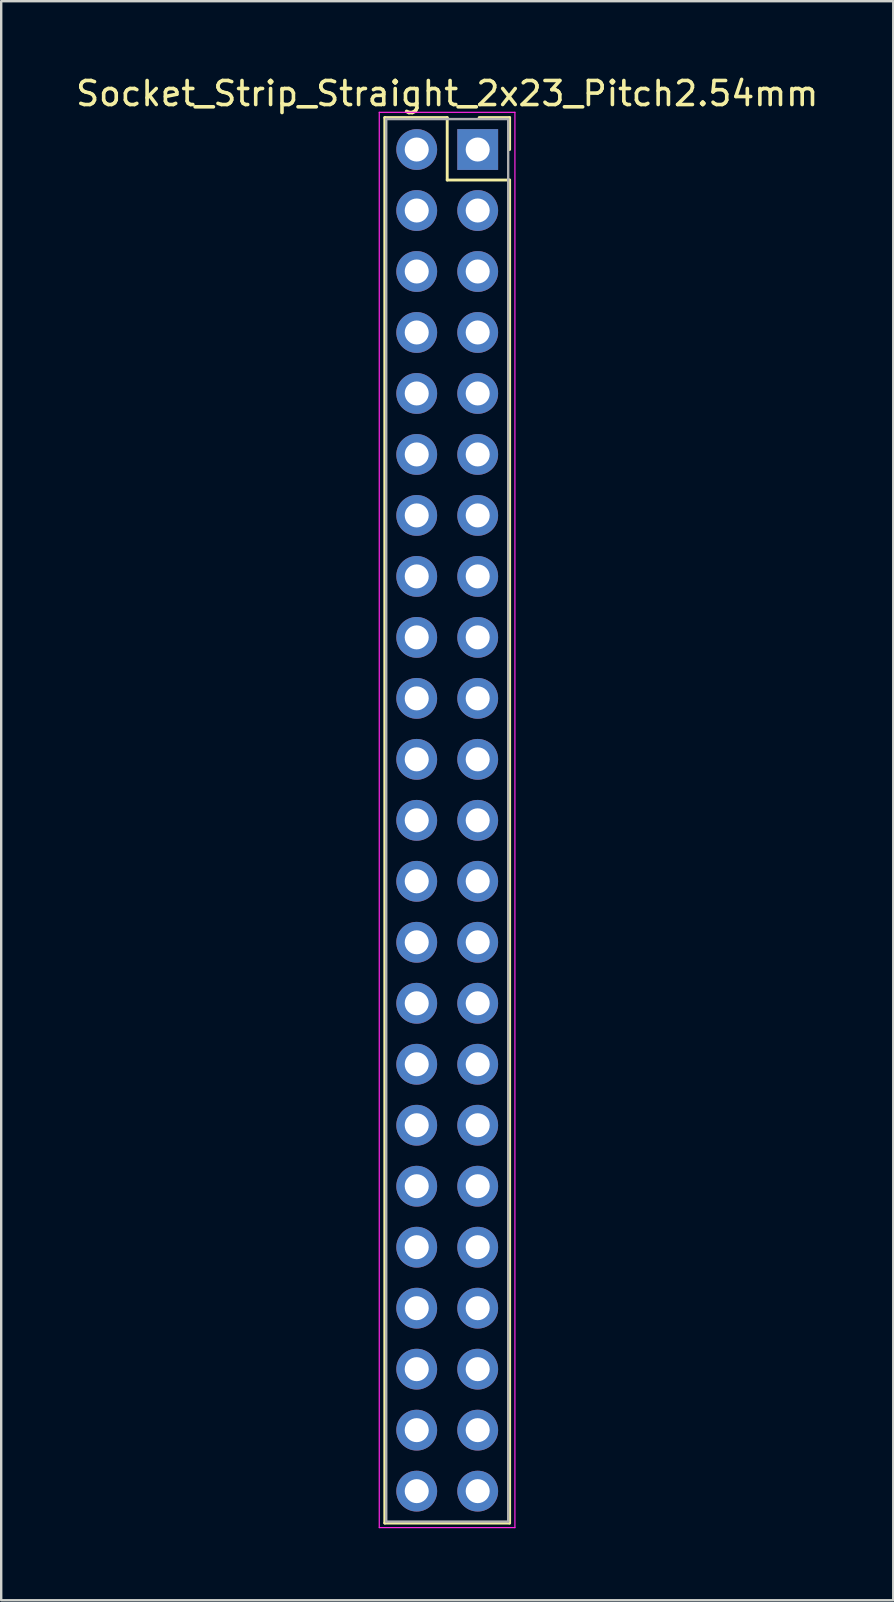
<source format=kicad_pcb>
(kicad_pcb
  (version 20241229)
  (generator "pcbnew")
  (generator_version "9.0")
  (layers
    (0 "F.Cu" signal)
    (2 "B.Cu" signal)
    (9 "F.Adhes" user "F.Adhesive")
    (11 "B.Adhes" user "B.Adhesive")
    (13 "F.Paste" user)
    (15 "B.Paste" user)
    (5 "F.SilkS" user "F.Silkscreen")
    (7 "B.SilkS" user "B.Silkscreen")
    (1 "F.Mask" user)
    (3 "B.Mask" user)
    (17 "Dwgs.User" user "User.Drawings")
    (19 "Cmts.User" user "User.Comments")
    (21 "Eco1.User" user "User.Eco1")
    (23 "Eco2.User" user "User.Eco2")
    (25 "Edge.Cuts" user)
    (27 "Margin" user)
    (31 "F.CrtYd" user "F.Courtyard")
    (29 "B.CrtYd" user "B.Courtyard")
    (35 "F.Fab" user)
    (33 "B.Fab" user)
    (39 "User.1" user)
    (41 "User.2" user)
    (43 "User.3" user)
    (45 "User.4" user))
  (footprint "Socket_Strip_Straight_2x23_Pitch2.54mm"
    (layer "F.Cu")
    (at 16.847 3.178)
    (property "Reference" "Socket_Strip_Straight_2x23_Pitch2.54mm" (at -1.27 -2.33 0) (layer "F.SilkS") (effects (font (size 1 1) (thickness 0.15))))
    (attr through_hole)
    (fp_line (start -3.87 -1.33) (end -1.27 -1.33) (stroke (width 0.12) (type solid)) (layer "F.SilkS"))
    (fp_line (start -3.87 57.21) (end -3.87 -1.33) (stroke (width 0.12) (type solid)) (layer "F.SilkS"))
    (fp_line (start -1.27 -1.33) (end -1.27 1.27) (stroke (width 0.12) (type solid)) (layer "F.SilkS"))
    (fp_line (start -1.27 1.27) (end 1.33 1.27) (stroke (width 0.12) (type solid)) (layer "F.SilkS"))
    (fp_line (start 1.33 -1.33) (end 0.06 -1.33) (stroke (width 0.12) (type solid)) (layer "F.SilkS"))
    (fp_line (start 1.33 0) (end 1.33 -1.33) (stroke (width 0.12) (type solid)) (layer "F.SilkS"))
    (fp_line (start 1.33 1.27) (end 1.33 57.21) (stroke (width 0.12) (type solid)) (layer "F.SilkS"))
    (fp_line (start 1.33 57.21) (end -3.87 57.21) (stroke (width 0.12) (type solid)) (layer "F.SilkS"))
    (fp_line (start -4.1 -1.55) (end -4.1 57.4) (stroke (width 0.05) (type solid)) (layer "F.CrtYd"))
    (fp_line (start -4.1 57.4) (end 1.55 57.4) (stroke (width 0.05) (type solid)) (layer "F.CrtYd"))
    (fp_line (start 1.55 -1.55) (end -4.1 -1.55) (stroke (width 0.05) (type solid)) (layer "F.CrtYd"))
    (fp_line (start 1.55 57.4) (end 1.55 -1.55) (stroke (width 0.05) (type solid)) (layer "F.CrtYd"))
    (fp_line (start -3.81 -1.27) (end -3.81 57.15) (stroke (width 0.1) (type solid)) (layer "F.Fab"))
    (fp_line (start -3.81 57.15) (end 1.27 57.15) (stroke (width 0.1) (type solid)) (layer "F.Fab"))
    (fp_line (start 1.27 -1.27) (end -3.81 -1.27) (stroke (width 0.1) (type solid)) (layer "F.Fab"))
    (fp_line (start 1.27 57.15) (end 1.27 -1.27) (stroke (width 0.1) (type solid)) (layer "F.Fab"))
    (pad "1" thru_hole rect (at 0 0) (size 1.7 1.7) (drill 1) (layers "*.Cu" "*.Mask"))
    (pad "2" thru_hole oval (at -2.54 0) (size 1.7 1.7) (drill 1) (layers "*.Cu" "*.Mask"))
    (pad "3" thru_hole oval (at 0 2.54) (size 1.7 1.7) (drill 1) (layers "*.Cu" "*.Mask"))
    (pad "4" thru_hole oval (at -2.54 2.54) (size 1.7 1.7) (drill 1) (layers "*.Cu" "*.Mask"))
    (pad "5" thru_hole oval (at 0 5.08) (size 1.7 1.7) (drill 1) (layers "*.Cu" "*.Mask"))
    (pad "6" thru_hole oval (at -2.54 5.08) (size 1.7 1.7) (drill 1) (layers "*.Cu" "*.Mask"))
    (pad "7" thru_hole oval (at 0 7.62) (size 1.7 1.7) (drill 1) (layers "*.Cu" "*.Mask"))
    (pad "8" thru_hole oval (at -2.54 7.62) (size 1.7 1.7) (drill 1) (layers "*.Cu" "*.Mask"))
    (pad "9" thru_hole oval (at 0 10.16) (size 1.7 1.7) (drill 1) (layers "*.Cu" "*.Mask"))
    (pad "10" thru_hole oval (at -2.54 10.16) (size 1.7 1.7) (drill 1) (layers "*.Cu" "*.Mask"))
    (pad "11" thru_hole oval (at 0 12.7) (size 1.7 1.7) (drill 1) (layers "*.Cu" "*.Mask"))
    (pad "12" thru_hole oval (at -2.54 12.7) (size 1.7 1.7) (drill 1) (layers "*.Cu" "*.Mask"))
    (pad "13" thru_hole oval (at 0 15.24) (size 1.7 1.7) (drill 1) (layers "*.Cu" "*.Mask"))
    (pad "14" thru_hole oval (at -2.54 15.24) (size 1.7 1.7) (drill 1) (layers "*.Cu" "*.Mask"))
    (pad "15" thru_hole oval (at 0 17.78) (size 1.7 1.7) (drill 1) (layers "*.Cu" "*.Mask"))
    (pad "16" thru_hole oval (at -2.54 17.78) (size 1.7 1.7) (drill 1) (layers "*.Cu" "*.Mask"))
    (pad "17" thru_hole oval (at 0 20.32) (size 1.7 1.7) (drill 1) (layers "*.Cu" "*.Mask"))
    (pad "18" thru_hole oval (at -2.54 20.32) (size 1.7 1.7) (drill 1) (layers "*.Cu" "*.Mask"))
    (pad "19" thru_hole oval (at 0 22.86) (size 1.7 1.7) (drill 1) (layers "*.Cu" "*.Mask"))
    (pad "20" thru_hole oval (at -2.54 22.86) (size 1.7 1.7) (drill 1) (layers "*.Cu" "*.Mask"))
    (pad "21" thru_hole oval (at 0 25.4) (size 1.7 1.7) (drill 1) (layers "*.Cu" "*.Mask"))
    (pad "22" thru_hole oval (at -2.54 25.4) (size 1.7 1.7) (drill 1) (layers "*.Cu" "*.Mask"))
    (pad "23" thru_hole oval (at 0 27.94) (size 1.7 1.7) (drill 1) (layers "*.Cu" "*.Mask"))
    (pad "24" thru_hole oval (at -2.54 27.94) (size 1.7 1.7) (drill 1) (layers "*.Cu" "*.Mask"))
    (pad "25" thru_hole oval (at 0 30.48) (size 1.7 1.7) (drill 1) (layers "*.Cu" "*.Mask"))
    (pad "26" thru_hole oval (at -2.54 30.48) (size 1.7 1.7) (drill 1) (layers "*.Cu" "*.Mask"))
    (pad "27" thru_hole oval (at 0 33.02) (size 1.7 1.7) (drill 1) (layers "*.Cu" "*.Mask"))
    (pad "28" thru_hole oval (at -2.54 33.02) (size 1.7 1.7) (drill 1) (layers "*.Cu" "*.Mask"))
    (pad "29" thru_hole oval (at 0 35.56) (size 1.7 1.7) (drill 1) (layers "*.Cu" "*.Mask"))
    (pad "30" thru_hole oval (at -2.54 35.56) (size 1.7 1.7) (drill 1) (layers "*.Cu" "*.Mask"))
    (pad "31" thru_hole oval (at 0 38.1) (size 1.7 1.7) (drill 1) (layers "*.Cu" "*.Mask"))
    (pad "32" thru_hole oval (at -2.54 38.1) (size 1.7 1.7) (drill 1) (layers "*.Cu" "*.Mask"))
    (pad "33" thru_hole oval (at 0 40.64) (size 1.7 1.7) (drill 1) (layers "*.Cu" "*.Mask"))
    (pad "34" thru_hole oval (at -2.54 40.64) (size 1.7 1.7) (drill 1) (layers "*.Cu" "*.Mask"))
    (pad "35" thru_hole oval (at 0 43.18) (size 1.7 1.7) (drill 1) (layers "*.Cu" "*.Mask"))
    (pad "36" thru_hole oval (at -2.54 43.18) (size 1.7 1.7) (drill 1) (layers "*.Cu" "*.Mask"))
    (pad "37" thru_hole oval (at 0 45.72) (size 1.7 1.7) (drill 1) (layers "*.Cu" "*.Mask"))
    (pad "38" thru_hole oval (at -2.54 45.72) (size 1.7 1.7) (drill 1) (layers "*.Cu" "*.Mask"))
    (pad "39" thru_hole oval (at 0 48.26) (size 1.7 1.7) (drill 1) (layers "*.Cu" "*.Mask"))
    (pad "40" thru_hole oval (at -2.54 48.26) (size 1.7 1.7) (drill 1) (layers "*.Cu" "*.Mask"))
    (pad "41" thru_hole oval (at 0 50.8) (size 1.7 1.7) (drill 1) (layers "*.Cu" "*.Mask"))
    (pad "42" thru_hole oval (at -2.54 50.8) (size 1.7 1.7) (drill 1) (layers "*.Cu" "*.Mask"))
    (pad "43" thru_hole oval (at 0 53.34) (size 1.7 1.7) (drill 1) (layers "*.Cu" "*.Mask"))
    (pad "44" thru_hole oval (at -2.54 53.34) (size 1.7 1.7) (drill 1) (layers "*.Cu" "*.Mask"))
    (pad "45" thru_hole oval (at 0 55.88) (size 1.7 1.7) (drill 1) (layers "*.Cu" "*.Mask"))
    (pad "46" thru_hole oval (at -2.54 55.88) (size 1.7 1.7) (drill 1) (layers "*.Cu" "*.Mask")))
  (gr_rect
    (start -3 -3)
    (end 34.155 63.603)
    (stroke (width 0.1) (type default))
    (fill no)
    (layer "Edge.Cuts")))
</source>
